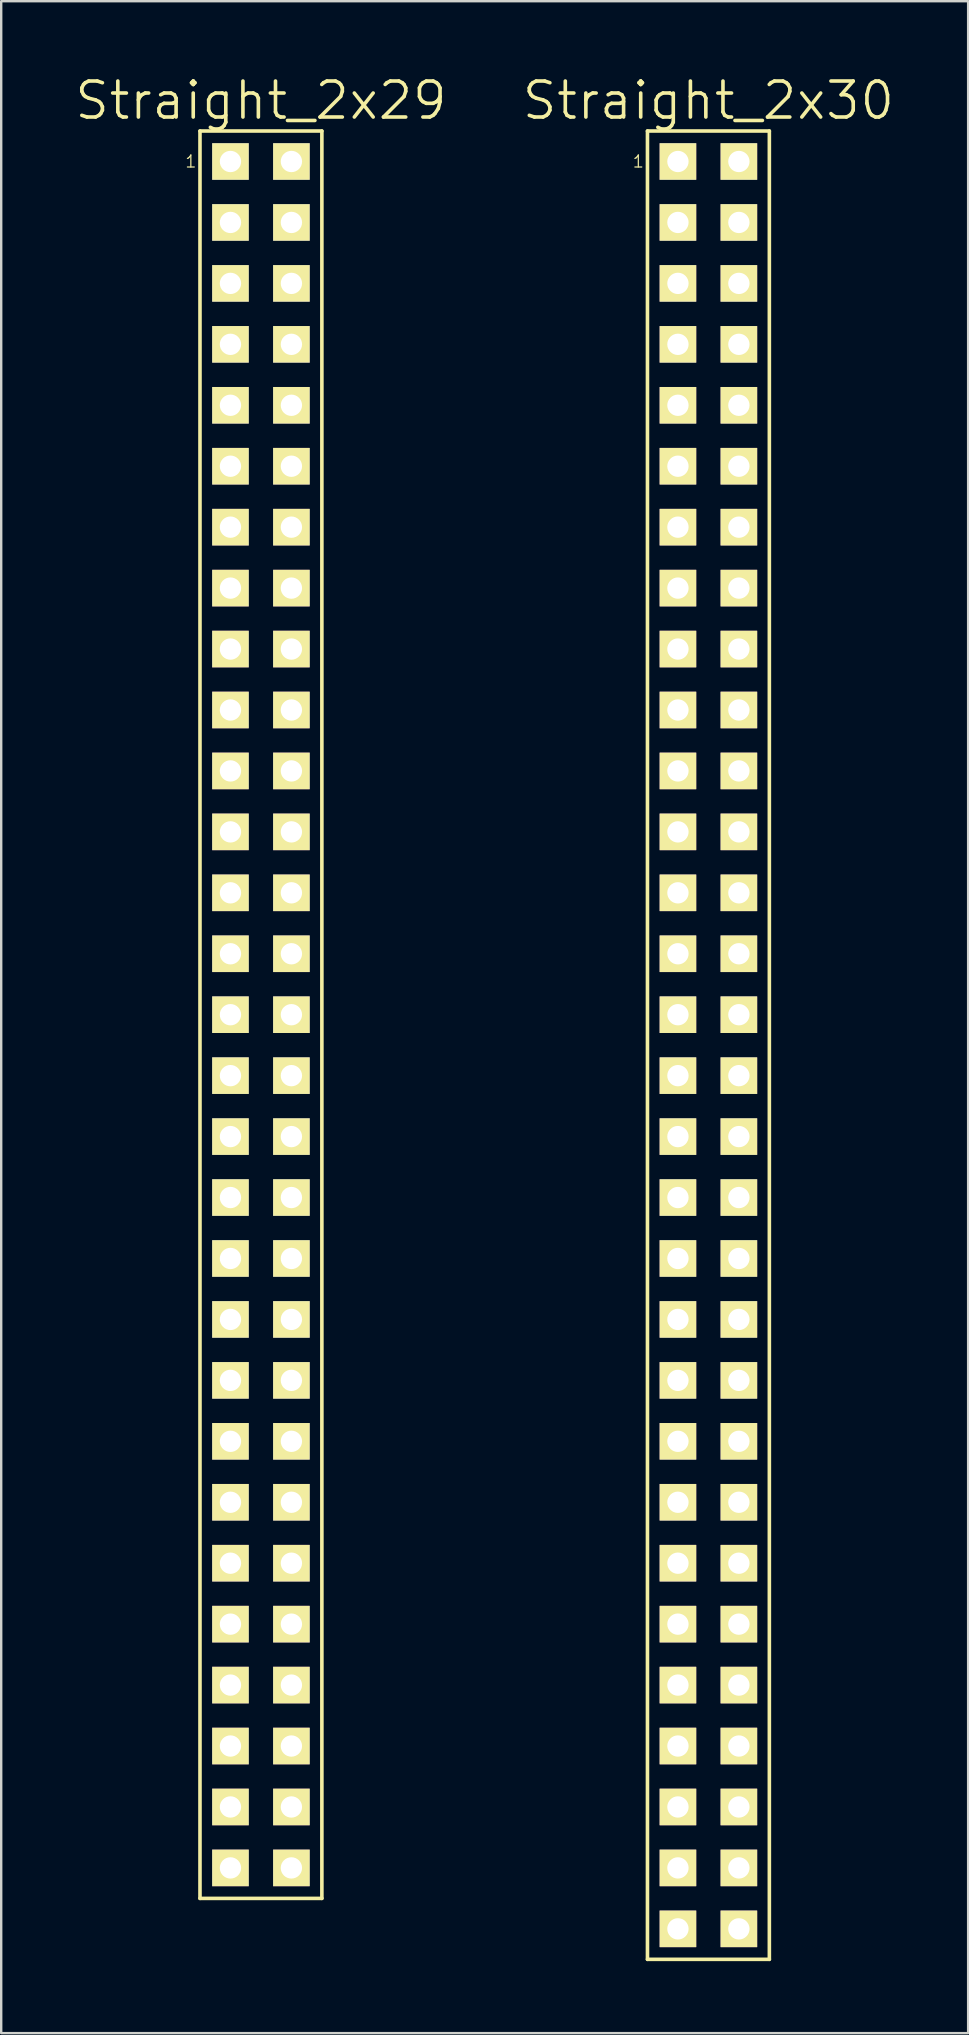
<source format=kicad_pcb>
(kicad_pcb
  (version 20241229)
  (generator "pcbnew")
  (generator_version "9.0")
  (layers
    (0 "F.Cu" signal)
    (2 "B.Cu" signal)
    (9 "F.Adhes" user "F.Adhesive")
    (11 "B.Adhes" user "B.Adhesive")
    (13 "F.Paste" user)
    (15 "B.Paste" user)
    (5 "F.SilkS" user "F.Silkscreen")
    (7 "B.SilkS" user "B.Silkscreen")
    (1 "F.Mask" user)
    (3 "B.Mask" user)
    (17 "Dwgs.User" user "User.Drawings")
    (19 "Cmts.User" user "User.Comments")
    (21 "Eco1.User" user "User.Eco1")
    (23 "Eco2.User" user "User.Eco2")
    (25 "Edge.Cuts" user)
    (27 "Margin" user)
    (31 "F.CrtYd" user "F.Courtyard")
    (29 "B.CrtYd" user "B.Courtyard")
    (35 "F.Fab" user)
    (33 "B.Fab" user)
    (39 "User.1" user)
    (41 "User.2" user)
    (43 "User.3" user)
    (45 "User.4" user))
  (footprint "Straight_2x30"
    (layer "F.Cu")
    (at 26.475 40.511)
    (property "Reference" "Straight_2x30" (at 0 -39.37 0) (layer "F.SilkS") (effects (font (size 1.5 1.5) (thickness 0.15))))
    (attr through_hole)
    (fp_line (start -2.54 -38.1) (end 2.54 -38.1) (stroke (width 0.15) (type solid)) (layer "F.SilkS"))
    (fp_line (start -2.54 38.1) (end -2.54 -38.1) (stroke (width 0.15) (type solid)) (layer "F.SilkS"))
    (fp_line (start 2.54 -38.1) (end 2.54 38.1) (stroke (width 0.15) (type solid)) (layer "F.SilkS"))
    (fp_line (start 2.54 38.1) (end -2.54 38.1) (stroke (width 0.15) (type solid)) (layer "F.SilkS"))
    (fp_text user "1" (at -2.921 -36.83 0) (layer "F.SilkS") (effects (font (size 0.5 0.5) (thickness 0.05))))
    (pad "1" thru_hole rect (at -1.27 -36.83) (size 1.524 1.524) (drill 0.889) (layers "*.Cu" "*.Mask" "F.SilkS"))
    (pad "2" thru_hole rect (at 1.27 -36.83) (size 1.524 1.524) (drill 0.889) (layers "*.Cu" "*.Mask" "F.SilkS"))
    (pad "3" thru_hole rect (at -1.27 -34.29) (size 1.524 1.524) (drill 0.889) (layers "*.Cu" "*.Mask" "F.SilkS"))
    (pad "4" thru_hole rect (at 1.27 -34.29) (size 1.524 1.524) (drill 0.889) (layers "*.Cu" "*.Mask" "F.SilkS"))
    (pad "5" thru_hole rect (at -1.27 -31.75) (size 1.524 1.524) (drill 0.889) (layers "*.Cu" "*.Mask" "F.SilkS"))
    (pad "6" thru_hole rect (at 1.27 -31.75) (size 1.524 1.524) (drill 0.889) (layers "*.Cu" "*.Mask" "F.SilkS"))
    (pad "7" thru_hole rect (at -1.27 -29.21) (size 1.524 1.524) (drill 0.889) (layers "*.Cu" "*.Mask" "F.SilkS"))
    (pad "8" thru_hole rect (at 1.27 -29.21) (size 1.524 1.524) (drill 0.889) (layers "*.Cu" "*.Mask" "F.SilkS"))
    (pad "9" thru_hole rect (at -1.27 -26.67) (size 1.524 1.524) (drill 0.889) (layers "*.Cu" "*.Mask" "F.SilkS"))
    (pad "10" thru_hole rect (at 1.27 -26.67) (size 1.524 1.524) (drill 0.889) (layers "*.Cu" "*.Mask" "F.SilkS"))
    (pad "11" thru_hole rect (at -1.27 -24.13) (size 1.524 1.524) (drill 0.889) (layers "*.Cu" "*.Mask" "F.SilkS"))
    (pad "12" thru_hole rect (at 1.27 -24.13) (size 1.524 1.524) (drill 0.889) (layers "*.Cu" "*.Mask" "F.SilkS"))
    (pad "13" thru_hole rect (at -1.27 -21.59) (size 1.524 1.524) (drill 0.889) (layers "*.Cu" "*.Mask" "F.SilkS"))
    (pad "14" thru_hole rect (at 1.27 -21.59) (size 1.524 1.524) (drill 0.889) (layers "*.Cu" "*.Mask" "F.SilkS"))
    (pad "15" thru_hole rect (at -1.27 -19.05) (size 1.524 1.524) (drill 0.889) (layers "*.Cu" "*.Mask" "F.SilkS"))
    (pad "16" thru_hole rect (at 1.27 -19.05) (size 1.524 1.524) (drill 0.889) (layers "*.Cu" "*.Mask" "F.SilkS"))
    (pad "17" thru_hole rect (at -1.27 -16.51) (size 1.524 1.524) (drill 0.889) (layers "*.Cu" "*.Mask" "F.SilkS"))
    (pad "18" thru_hole rect (at 1.27 -16.51) (size 1.524 1.524) (drill 0.889) (layers "*.Cu" "*.Mask" "F.SilkS"))
    (pad "19" thru_hole rect (at -1.27 -13.97) (size 1.524 1.524) (drill 0.889) (layers "*.Cu" "*.Mask" "F.SilkS"))
    (pad "20" thru_hole rect (at 1.27 -13.97) (size 1.524 1.524) (drill 0.889) (layers "*.Cu" "*.Mask" "F.SilkS"))
    (pad "21" thru_hole rect (at -1.27 -11.43) (size 1.524 1.524) (drill 0.889) (layers "*.Cu" "*.Mask" "F.SilkS"))
    (pad "22" thru_hole rect (at 1.27 -11.43) (size 1.524 1.524) (drill 0.889) (layers "*.Cu" "*.Mask" "F.SilkS"))
    (pad "23" thru_hole rect (at -1.27 -8.89) (size 1.524 1.524) (drill 0.889) (layers "*.Cu" "*.Mask" "F.SilkS"))
    (pad "24" thru_hole rect (at 1.27 -8.89) (size 1.524 1.524) (drill 0.889) (layers "*.Cu" "*.Mask" "F.SilkS"))
    (pad "25" thru_hole rect (at -1.27 -6.35) (size 1.524 1.524) (drill 0.889) (layers "*.Cu" "*.Mask" "F.SilkS"))
    (pad "26" thru_hole rect (at 1.27 -6.35) (size 1.524 1.524) (drill 0.889) (layers "*.Cu" "*.Mask" "F.SilkS"))
    (pad "27" thru_hole rect (at -1.27 -3.81) (size 1.524 1.524) (drill 0.889) (layers "*.Cu" "*.Mask" "F.SilkS"))
    (pad "28" thru_hole rect (at 1.27 -3.81) (size 1.524 1.524) (drill 0.889) (layers "*.Cu" "*.Mask" "F.SilkS"))
    (pad "29" thru_hole rect (at -1.27 -1.27) (size 1.524 1.524) (drill 0.889) (layers "*.Cu" "*.Mask" "F.SilkS"))
    (pad "30" thru_hole rect (at 1.27 -1.27) (size 1.524 1.524) (drill 0.889) (layers "*.Cu" "*.Mask" "F.SilkS"))
    (pad "31" thru_hole rect (at -1.27 1.27) (size 1.524 1.524) (drill 0.889) (layers "*.Cu" "*.Mask" "F.SilkS"))
    (pad "32" thru_hole rect (at 1.27 1.27) (size 1.524 1.524) (drill 0.889) (layers "*.Cu" "*.Mask" "F.SilkS"))
    (pad "33" thru_hole rect (at -1.27 3.81) (size 1.524 1.524) (drill 0.889) (layers "*.Cu" "*.Mask" "F.SilkS"))
    (pad "34" thru_hole rect (at 1.27 3.81) (size 1.524 1.524) (drill 0.889) (layers "*.Cu" "*.Mask" "F.SilkS"))
    (pad "35" thru_hole rect (at -1.27 6.35) (size 1.524 1.524) (drill 0.889) (layers "*.Cu" "*.Mask" "F.SilkS"))
    (pad "36" thru_hole rect (at 1.27 6.35) (size 1.524 1.524) (drill 0.889) (layers "*.Cu" "*.Mask" "F.SilkS"))
    (pad "37" thru_hole rect (at -1.27 8.89) (size 1.524 1.524) (drill 0.889) (layers "*.Cu" "*.Mask" "F.SilkS"))
    (pad "38" thru_hole rect (at 1.27 8.89) (size 1.524 1.524) (drill 0.889) (layers "*.Cu" "*.Mask" "F.SilkS"))
    (pad "39" thru_hole rect (at -1.27 11.43) (size 1.524 1.524) (drill 0.889) (layers "*.Cu" "*.Mask" "F.SilkS"))
    (pad "40" thru_hole rect (at 1.27 11.43) (size 1.524 1.524) (drill 0.889) (layers "*.Cu" "*.Mask" "F.SilkS"))
    (pad "41" thru_hole rect (at -1.27 13.97) (size 1.524 1.524) (drill 0.889) (layers "*.Cu" "*.Mask" "F.SilkS"))
    (pad "42" thru_hole rect (at 1.27 13.97) (size 1.524 1.524) (drill 0.889) (layers "*.Cu" "*.Mask" "F.SilkS"))
    (pad "43" thru_hole rect (at -1.27 16.51) (size 1.524 1.524) (drill 0.889) (layers "*.Cu" "*.Mask" "F.SilkS"))
    (pad "44" thru_hole rect (at 1.27 16.51) (size 1.524 1.524) (drill 0.889) (layers "*.Cu" "*.Mask" "F.SilkS"))
    (pad "45" thru_hole rect (at -1.27 19.05) (size 1.524 1.524) (drill 0.889) (layers "*.Cu" "*.Mask" "F.SilkS"))
    (pad "46" thru_hole rect (at 1.27 19.05) (size 1.524 1.524) (drill 0.889) (layers "*.Cu" "*.Mask" "F.SilkS"))
    (pad "47" thru_hole rect (at -1.27 21.59) (size 1.524 1.524) (drill 0.889) (layers "*.Cu" "*.Mask" "F.SilkS"))
    (pad "48" thru_hole rect (at 1.27 21.59) (size 1.524 1.524) (drill 0.889) (layers "*.Cu" "*.Mask" "F.SilkS"))
    (pad "49" thru_hole rect (at -1.27 24.13) (size 1.524 1.524) (drill 0.889) (layers "*.Cu" "*.Mask" "F.SilkS"))
    (pad "50" thru_hole rect (at 1.27 24.13) (size 1.524 1.524) (drill 0.889) (layers "*.Cu" "*.Mask" "F.SilkS"))
    (pad "51" thru_hole rect (at -1.27 26.67) (size 1.524 1.524) (drill 0.889) (layers "*.Cu" "*.Mask" "F.SilkS"))
    (pad "52" thru_hole rect (at 1.27 26.67) (size 1.524 1.524) (drill 0.889) (layers "*.Cu" "*.Mask" "F.SilkS"))
    (pad "53" thru_hole rect (at -1.27 29.21) (size 1.524 1.524) (drill 0.889) (layers "*.Cu" "*.Mask" "F.SilkS"))
    (pad "54" thru_hole rect (at 1.27 29.21) (size 1.524 1.524) (drill 0.889) (layers "*.Cu" "*.Mask" "F.SilkS"))
    (pad "55" thru_hole rect (at -1.27 31.75) (size 1.524 1.524) (drill 0.889) (layers "*.Cu" "*.Mask" "F.SilkS"))
    (pad "56" thru_hole rect (at 1.27 31.75) (size 1.524 1.524) (drill 0.889) (layers "*.Cu" "*.Mask" "F.SilkS"))
    (pad "57" thru_hole rect (at -1.27 34.29) (size 1.524 1.524) (drill 0.889) (layers "*.Cu" "*.Mask" "F.SilkS"))
    (pad "58" thru_hole rect (at 1.27 34.29) (size 1.524 1.524) (drill 0.889) (layers "*.Cu" "*.Mask" "F.SilkS"))
    (pad "59" thru_hole rect (at -1.27 36.83) (size 1.524 1.524) (drill 0.889) (layers "*.Cu" "*.Mask" "F.SilkS"))
    (pad "60" thru_hole rect (at 1.27 36.83) (size 1.524 1.524) (drill 0.889) (layers "*.Cu" "*.Mask" "F.SilkS")))
  (footprint "Straight_2x29"
    (layer "F.Cu")
    (at 7.825 39.241)
    (property "Reference" "Straight_2x29" (at 0 -38.1 0) (layer "F.SilkS") (effects (font (size 1.5 1.5) (thickness 0.15))))
    (attr through_hole)
    (fp_line (start -2.54 -36.83) (end 2.54 -36.83) (stroke (width 0.15) (type solid)) (layer "F.SilkS"))
    (fp_line (start -2.54 36.83) (end -2.54 -36.83) (stroke (width 0.15) (type solid)) (layer "F.SilkS"))
    (fp_line (start 2.54 -36.83) (end 2.54 36.83) (stroke (width 0.15) (type solid)) (layer "F.SilkS"))
    (fp_line (start 2.54 36.83) (end -2.54 36.83) (stroke (width 0.15) (type solid)) (layer "F.SilkS"))
    (fp_text user "1" (at -2.921 -35.56 0) (layer "F.SilkS") (effects (font (size 0.5 0.5) (thickness 0.05))))
    (pad "1" thru_hole rect (at -1.27 -35.56) (size 1.524 1.524) (drill 0.889) (layers "*.Cu" "*.Mask" "F.SilkS"))
    (pad "2" thru_hole rect (at 1.27 -35.56) (size 1.524 1.524) (drill 0.889) (layers "*.Cu" "*.Mask" "F.SilkS"))
    (pad "3" thru_hole rect (at -1.27 -33.02) (size 1.524 1.524) (drill 0.889) (layers "*.Cu" "*.Mask" "F.SilkS"))
    (pad "4" thru_hole rect (at 1.27 -33.02) (size 1.524 1.524) (drill 0.889) (layers "*.Cu" "*.Mask" "F.SilkS"))
    (pad "5" thru_hole rect (at -1.27 -30.48) (size 1.524 1.524) (drill 0.889) (layers "*.Cu" "*.Mask" "F.SilkS"))
    (pad "6" thru_hole rect (at 1.27 -30.48) (size 1.524 1.524) (drill 0.889) (layers "*.Cu" "*.Mask" "F.SilkS"))
    (pad "7" thru_hole rect (at -1.27 -27.94) (size 1.524 1.524) (drill 0.889) (layers "*.Cu" "*.Mask" "F.SilkS"))
    (pad "8" thru_hole rect (at 1.27 -27.94) (size 1.524 1.524) (drill 0.889) (layers "*.Cu" "*.Mask" "F.SilkS"))
    (pad "9" thru_hole rect (at -1.27 -25.4) (size 1.524 1.524) (drill 0.889) (layers "*.Cu" "*.Mask" "F.SilkS"))
    (pad "10" thru_hole rect (at 1.27 -25.4) (size 1.524 1.524) (drill 0.889) (layers "*.Cu" "*.Mask" "F.SilkS"))
    (pad "11" thru_hole rect (at -1.27 -22.86) (size 1.524 1.524) (drill 0.889) (layers "*.Cu" "*.Mask" "F.SilkS"))
    (pad "12" thru_hole rect (at 1.27 -22.86) (size 1.524 1.524) (drill 0.889) (layers "*.Cu" "*.Mask" "F.SilkS"))
    (pad "13" thru_hole rect (at -1.27 -20.32) (size 1.524 1.524) (drill 0.889) (layers "*.Cu" "*.Mask" "F.SilkS"))
    (pad "14" thru_hole rect (at 1.27 -20.32) (size 1.524 1.524) (drill 0.889) (layers "*.Cu" "*.Mask" "F.SilkS"))
    (pad "15" thru_hole rect (at -1.27 -17.78) (size 1.524 1.524) (drill 0.889) (layers "*.Cu" "*.Mask" "F.SilkS"))
    (pad "16" thru_hole rect (at 1.27 -17.78) (size 1.524 1.524) (drill 0.889) (layers "*.Cu" "*.Mask" "F.SilkS"))
    (pad "17" thru_hole rect (at -1.27 -15.24) (size 1.524 1.524) (drill 0.889) (layers "*.Cu" "*.Mask" "F.SilkS"))
    (pad "18" thru_hole rect (at 1.27 -15.24) (size 1.524 1.524) (drill 0.889) (layers "*.Cu" "*.Mask" "F.SilkS"))
    (pad "19" thru_hole rect (at -1.27 -12.7) (size 1.524 1.524) (drill 0.889) (layers "*.Cu" "*.Mask" "F.SilkS"))
    (pad "20" thru_hole rect (at 1.27 -12.7) (size 1.524 1.524) (drill 0.889) (layers "*.Cu" "*.Mask" "F.SilkS"))
    (pad "21" thru_hole rect (at -1.27 -10.16) (size 1.524 1.524) (drill 0.889) (layers "*.Cu" "*.Mask" "F.SilkS"))
    (pad "22" thru_hole rect (at 1.27 -10.16) (size 1.524 1.524) (drill 0.889) (layers "*.Cu" "*.Mask" "F.SilkS"))
    (pad "23" thru_hole rect (at -1.27 -7.62) (size 1.524 1.524) (drill 0.889) (layers "*.Cu" "*.Mask" "F.SilkS"))
    (pad "24" thru_hole rect (at 1.27 -7.62) (size 1.524 1.524) (drill 0.889) (layers "*.Cu" "*.Mask" "F.SilkS"))
    (pad "25" thru_hole rect (at -1.27 -5.08) (size 1.524 1.524) (drill 0.889) (layers "*.Cu" "*.Mask" "F.SilkS"))
    (pad "26" thru_hole rect (at 1.27 -5.08) (size 1.524 1.524) (drill 0.889) (layers "*.Cu" "*.Mask" "F.SilkS"))
    (pad "27" thru_hole rect (at -1.27 -2.54) (size 1.524 1.524) (drill 0.889) (layers "*.Cu" "*.Mask" "F.SilkS"))
    (pad "28" thru_hole rect (at 1.27 -2.54) (size 1.524 1.524) (drill 0.889) (layers "*.Cu" "*.Mask" "F.SilkS"))
    (pad "29" thru_hole rect (at -1.27 0) (size 1.524 1.524) (drill 0.889) (layers "*.Cu" "*.Mask" "F.SilkS"))
    (pad "30" thru_hole rect (at 1.27 0) (size 1.524 1.524) (drill 0.889) (layers "*.Cu" "*.Mask" "F.SilkS"))
    (pad "31" thru_hole rect (at -1.27 2.54) (size 1.524 1.524) (drill 0.889) (layers "*.Cu" "*.Mask" "F.SilkS"))
    (pad "32" thru_hole rect (at 1.27 2.54) (size 1.524 1.524) (drill 0.889) (layers "*.Cu" "*.Mask" "F.SilkS"))
    (pad "33" thru_hole rect (at -1.27 5.08) (size 1.524 1.524) (drill 0.889) (layers "*.Cu" "*.Mask" "F.SilkS"))
    (pad "34" thru_hole rect (at 1.27 5.08) (size 1.524 1.524) (drill 0.889) (layers "*.Cu" "*.Mask" "F.SilkS"))
    (pad "35" thru_hole rect (at -1.27 7.62) (size 1.524 1.524) (drill 0.889) (layers "*.Cu" "*.Mask" "F.SilkS"))
    (pad "36" thru_hole rect (at 1.27 7.62) (size 1.524 1.524) (drill 0.889) (layers "*.Cu" "*.Mask" "F.SilkS"))
    (pad "37" thru_hole rect (at -1.27 10.16) (size 1.524 1.524) (drill 0.889) (layers "*.Cu" "*.Mask" "F.SilkS"))
    (pad "38" thru_hole rect (at 1.27 10.16) (size 1.524 1.524) (drill 0.889) (layers "*.Cu" "*.Mask" "F.SilkS"))
    (pad "39" thru_hole rect (at -1.27 12.7) (size 1.524 1.524) (drill 0.889) (layers "*.Cu" "*.Mask" "F.SilkS"))
    (pad "40" thru_hole rect (at 1.27 12.7) (size 1.524 1.524) (drill 0.889) (layers "*.Cu" "*.Mask" "F.SilkS"))
    (pad "41" thru_hole rect (at -1.27 15.24) (size 1.524 1.524) (drill 0.889) (layers "*.Cu" "*.Mask" "F.SilkS"))
    (pad "42" thru_hole rect (at 1.27 15.24) (size 1.524 1.524) (drill 0.889) (layers "*.Cu" "*.Mask" "F.SilkS"))
    (pad "43" thru_hole rect (at -1.27 17.78) (size 1.524 1.524) (drill 0.889) (layers "*.Cu" "*.Mask" "F.SilkS"))
    (pad "44" thru_hole rect (at 1.27 17.78) (size 1.524 1.524) (drill 0.889) (layers "*.Cu" "*.Mask" "F.SilkS"))
    (pad "45" thru_hole rect (at -1.27 20.32) (size 1.524 1.524) (drill 0.889) (layers "*.Cu" "*.Mask" "F.SilkS"))
    (pad "46" thru_hole rect (at 1.27 20.32) (size 1.524 1.524) (drill 0.889) (layers "*.Cu" "*.Mask" "F.SilkS"))
    (pad "47" thru_hole rect (at -1.27 22.86) (size 1.524 1.524) (drill 0.889) (layers "*.Cu" "*.Mask" "F.SilkS"))
    (pad "48" thru_hole rect (at 1.27 22.86) (size 1.524 1.524) (drill 0.889) (layers "*.Cu" "*.Mask" "F.SilkS"))
    (pad "49" thru_hole rect (at -1.27 25.4) (size 1.524 1.524) (drill 0.889) (layers "*.Cu" "*.Mask" "F.SilkS"))
    (pad "50" thru_hole rect (at 1.27 25.4) (size 1.524 1.524) (drill 0.889) (layers "*.Cu" "*.Mask" "F.SilkS"))
    (pad "51" thru_hole rect (at -1.27 27.94) (size 1.524 1.524) (drill 0.889) (layers "*.Cu" "*.Mask" "F.SilkS"))
    (pad "52" thru_hole rect (at 1.27 27.94) (size 1.524 1.524) (drill 0.889) (layers "*.Cu" "*.Mask" "F.SilkS"))
    (pad "53" thru_hole rect (at -1.27 30.48) (size 1.524 1.524) (drill 0.889) (layers "*.Cu" "*.Mask" "F.SilkS"))
    (pad "54" thru_hole rect (at 1.27 30.48) (size 1.524 1.524) (drill 0.889) (layers "*.Cu" "*.Mask" "F.SilkS"))
    (pad "55" thru_hole rect (at -1.27 33.02) (size 1.524 1.524) (drill 0.889) (layers "*.Cu" "*.Mask" "F.SilkS"))
    (pad "56" thru_hole rect (at 1.27 33.02) (size 1.524 1.524) (drill 0.889) (layers "*.Cu" "*.Mask" "F.SilkS"))
    (pad "57" thru_hole rect (at -1.27 35.56) (size 1.524 1.524) (drill 0.889) (layers "*.Cu" "*.Mask" "F.SilkS"))
    (pad "58" thru_hole rect (at 1.27 35.56) (size 1.524 1.524) (drill 0.889) (layers "*.Cu" "*.Mask" "F.SilkS")))
  (gr_rect
    (start -3 -3)
    (end 37.3 81.686)
    (stroke (width 0.1) (type default))
    (fill no)
    (layer "Edge.Cuts")))
</source>
